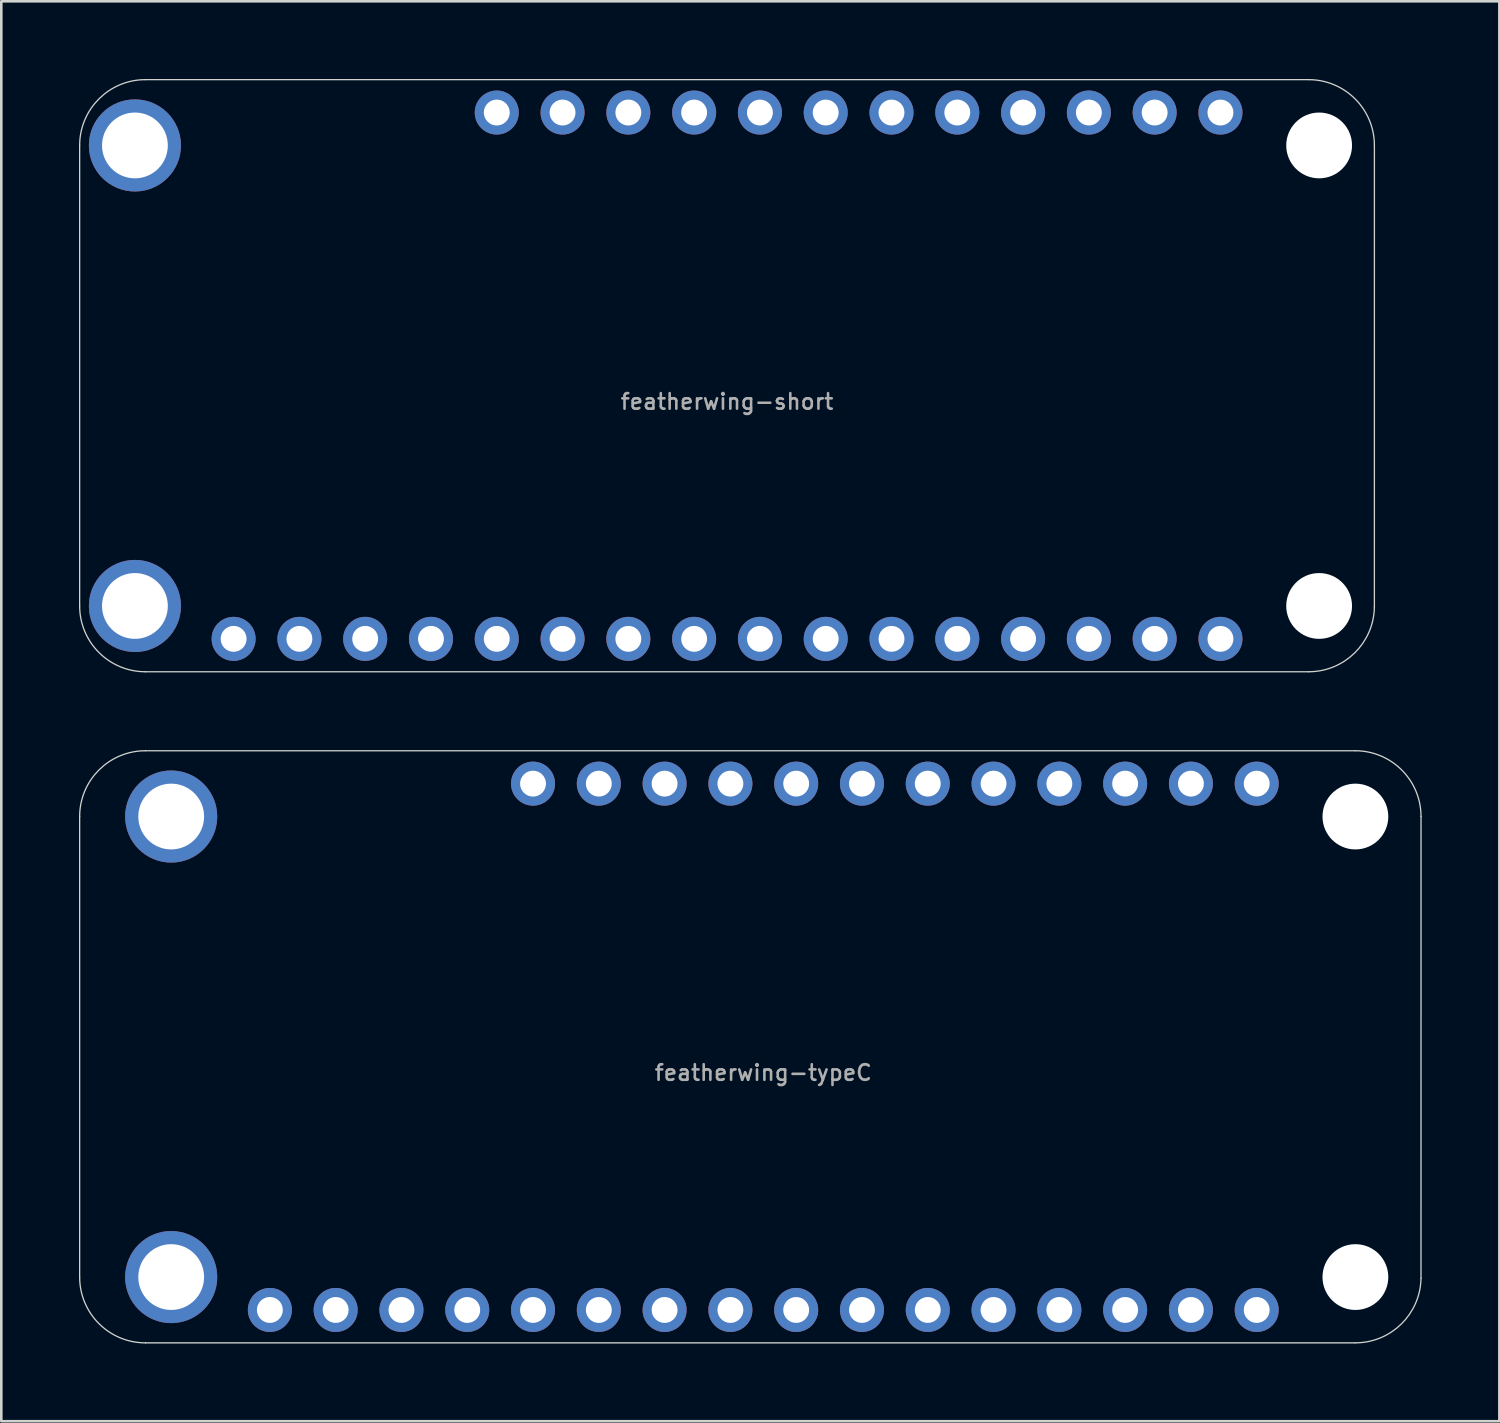
<source format=kicad_pcb>
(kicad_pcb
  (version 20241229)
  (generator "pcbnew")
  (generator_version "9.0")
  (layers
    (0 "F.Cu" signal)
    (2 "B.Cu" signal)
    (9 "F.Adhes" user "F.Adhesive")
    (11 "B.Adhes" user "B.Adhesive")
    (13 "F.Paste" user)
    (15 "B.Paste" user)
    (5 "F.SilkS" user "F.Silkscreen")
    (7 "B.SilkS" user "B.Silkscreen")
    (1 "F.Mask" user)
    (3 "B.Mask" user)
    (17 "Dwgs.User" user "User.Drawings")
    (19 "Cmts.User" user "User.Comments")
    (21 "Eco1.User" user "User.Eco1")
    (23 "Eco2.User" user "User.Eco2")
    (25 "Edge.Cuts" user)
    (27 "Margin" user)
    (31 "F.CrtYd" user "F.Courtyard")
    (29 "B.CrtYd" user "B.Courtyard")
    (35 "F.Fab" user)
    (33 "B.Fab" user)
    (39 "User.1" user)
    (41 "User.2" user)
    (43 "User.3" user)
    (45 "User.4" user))
  (footprint "featherwing-short"
    (layer "F.Cu")
    (at 25.019 11.455)
    (property "Reference" "featherwing-short" (at 0 1 0) (layer "F.Fab") (effects (font (size 0.6 0.6) (thickness 0.1))))
    (attr through_hole)
    (fp_line (start -24.994 -8.89) (end -24.994 8.89) (stroke (width 0.05) (type solid)) (layer "Edge.Cuts"))
    (fp_line (start -22.454 11.43) (end 22.454 11.43) (stroke (width 0.05) (type solid)) (layer "Edge.Cuts"))
    (fp_line (start 22.454 -11.43) (end -22.454 -11.43) (stroke (width 0.05) (type solid)) (layer "Edge.Cuts"))
    (fp_line (start 24.993 8.939) (end 24.994 -8.89) (stroke (width 0.05) (type solid)) (layer "Edge.Cuts"))
    (fp_arc (start -24.9936 -8.89) (mid -24.249651 -10.686051) (end -22.4536 -11.43) (stroke (width 0.05) (type solid)) (layer "Edge.Cuts"))
    (fp_arc (start -22.4536 11.43) (mid -24.249651 10.686051) (end -24.9936 8.89) (stroke (width 0.05) (type solid)) (layer "Edge.Cuts"))
    (fp_arc (start 22.4536 -11.43) (mid 24.249651 -10.686051) (end 24.9936 -8.89) (stroke (width 0.05) (type solid)) (layer "Edge.Cuts"))
    (fp_arc (start 24.993132 8.938762) (mid 24.232328 10.703209) (end 22.4536 11.43) (stroke (width 0.05) (type solid)) (layer "Edge.Cuts"))
    (fp_text user "${REFERENCE}" (at 17.78 8.89 180) (layer "Eco1.User") (effects (font (size 0.3 0.3) (thickness 0.03))))
    (pad "" np_thru_hole circle (at -22.86 -8.89) (size 3.556 3.556) (drill 2.54) (layers "*.Cu" "*.Mask"))
    (pad "" np_thru_hole circle (at -22.86 8.89) (size 3.556 3.556) (drill 2.54) (layers "*.Cu" "*.Mask"))
    (pad "" np_thru_hole circle (at 22.86 -8.89) (size 2.54 2.54) (drill 2.54) (layers "*.Cu" "*.Mask"))
    (pad "" np_thru_hole circle (at 22.86 8.89) (size 2.54 2.54) (drill 2.54) (layers "*.Cu" "*.Mask"))
    (pad "1" thru_hole circle (at -19.05 10.16) (size 1.7 1.7) (drill 1) (layers "*.Cu" "*.Mask"))
    (pad "2" thru_hole circle (at -16.51 10.16) (size 1.7 1.7) (drill 1) (layers "*.Cu" "*.Mask"))
    (pad "3" thru_hole circle (at -13.97 10.16) (size 1.7 1.7) (drill 1) (layers "*.Cu" "*.Mask"))
    (pad "4" thru_hole circle (at -11.43 10.16) (size 1.7 1.7) (drill 1) (layers "*.Cu" "*.Mask"))
    (pad "5" thru_hole circle (at -8.89 10.16) (size 1.7 1.7) (drill 1) (layers "*.Cu" "*.Mask"))
    (pad "6" thru_hole circle (at -6.35 10.16) (size 1.7 1.7) (drill 1) (layers "*.Cu" "*.Mask"))
    (pad "7" thru_hole circle (at -3.81 10.16) (size 1.7 1.7) (drill 1) (layers "*.Cu" "*.Mask"))
    (pad "8" thru_hole circle (at -1.27 10.16) (size 1.7 1.7) (drill 1) (layers "*.Cu" "*.Mask"))
    (pad "9" thru_hole circle (at 1.27 10.16) (size 1.7 1.7) (drill 1) (layers "*.Cu" "*.Mask"))
    (pad "10" thru_hole circle (at 3.81 10.16) (size 1.7 1.7) (drill 1) (layers "*.Cu" "*.Mask"))
    (pad "11" thru_hole circle (at 6.35 10.16) (size 1.7 1.7) (drill 1) (layers "*.Cu" "*.Mask"))
    (pad "12" thru_hole circle (at 8.89 10.16) (size 1.7 1.7) (drill 1) (layers "*.Cu" "*.Mask"))
    (pad "13" thru_hole circle (at 11.43 10.16) (size 1.7 1.7) (drill 1) (layers "*.Cu" "*.Mask"))
    (pad "14" thru_hole circle (at 13.97 10.16) (size 1.7 1.7) (drill 1) (layers "*.Cu" "*.Mask"))
    (pad "15" thru_hole circle (at 16.51 10.16) (size 1.7 1.7) (drill 1) (layers "*.Cu" "*.Mask"))
    (pad "16" thru_hole circle (at 19.05 10.16) (size 1.7 1.7) (drill 1) (layers "*.Cu" "*.Mask"))
    (pad "17" thru_hole circle (at 19.05 -10.16) (size 1.7 1.7) (drill 1) (layers "*.Cu" "*.Mask"))
    (pad "18" thru_hole circle (at 16.51 -10.16) (size 1.7 1.7) (drill 1) (layers "*.Cu" "*.Mask"))
    (pad "19" thru_hole circle (at 13.97 -10.16) (size 1.7 1.7) (drill 1) (layers "*.Cu" "*.Mask"))
    (pad "20" thru_hole circle (at 11.43 -10.16) (size 1.7 1.7) (drill 1) (layers "*.Cu" "*.Mask"))
    (pad "21" thru_hole circle (at 8.89 -10.16) (size 1.7 1.7) (drill 1) (layers "*.Cu" "*.Mask"))
    (pad "22" thru_hole circle (at 6.35 -10.16) (size 1.7 1.7) (drill 1) (layers "*.Cu" "*.Mask"))
    (pad "23" thru_hole circle (at 3.81 -10.16) (size 1.7 1.7) (drill 1) (layers "*.Cu" "*.Mask"))
    (pad "24" thru_hole circle (at 1.27 -10.16) (size 1.7 1.7) (drill 1) (layers "*.Cu" "*.Mask"))
    (pad "25" thru_hole circle (at -1.27 -10.16) (size 1.7 1.7) (drill 1) (layers "*.Cu" "*.Mask"))
    (pad "26" thru_hole circle (at -3.81 -10.16) (size 1.7 1.7) (drill 1) (layers "*.Cu" "*.Mask"))
    (pad "27" thru_hole circle (at -6.35 -10.16) (size 1.7 1.7) (drill 1) (layers "*.Cu" "*.Mask"))
    (pad "28" thru_hole circle (at -8.89 -10.16) (size 1.7 1.7) (drill 1) (layers "*.Cu" "*.Mask")))
  (footprint "featherwing-typeC"
    (layer "F.Cu")
    (at 26.419 37.365)
    (property "Reference" "featherwing-typeC" (at 0 1 0) (layer "F.Fab") (effects (font (size 0.6 0.6) (thickness 0.1))))
    (attr through_hole)
    (fp_line (start -26.394 -8.89) (end -26.394 8.89) (stroke (width 0.05) (type solid)) (layer "Edge.Cuts"))
    (fp_line (start -23.854 11.43) (end 22.854 11.43) (stroke (width 0.05) (type solid)) (layer "Edge.Cuts"))
    (fp_line (start 22.854 -11.43) (end -23.854 -11.43) (stroke (width 0.05) (type solid)) (layer "Edge.Cuts"))
    (fp_line (start 25.393 8.939) (end 25.394 -8.89) (stroke (width 0.05) (type solid)) (layer "Edge.Cuts"))
    (fp_arc (start -26.3936 -8.89) (mid -25.649651 -10.686051) (end -23.8536 -11.43) (stroke (width 0.05) (type solid)) (layer "Edge.Cuts"))
    (fp_arc (start -23.8536 11.43) (mid -25.649651 10.686051) (end -26.3936 8.89) (stroke (width 0.05) (type solid)) (layer "Edge.Cuts"))
    (fp_arc (start 22.8536 -11.43) (mid 24.649651 -10.686051) (end 25.3936 -8.89) (stroke (width 0.05) (type solid)) (layer "Edge.Cuts"))
    (fp_arc (start 25.393132 8.938762) (mid 24.632328 10.703209) (end 22.8536 11.43) (stroke (width 0.05) (type solid)) (layer "Edge.Cuts"))
    (fp_text user "${REFERENCE}" (at 17.78 8.89 180) (layer "Eco1.User") (effects (font (size 0.3 0.3) (thickness 0.03))))
    (pad "" np_thru_hole circle (at 22.86 -8.89) (size 2.54 2.54) (drill 2.54) (layers "*.Cu" "*.Mask"))
    (pad "" np_thru_hole circle (at 22.86 8.89) (size 2.54 2.54) (drill 2.54) (layers "*.Cu" "*.Mask"))
    (pad "1" thru_hole circle (at -19.05 10.16) (size 1.7 1.7) (drill 1) (layers "*.Cu" "*.Mask"))
    (pad "2" thru_hole circle (at -16.51 10.16) (size 1.7 1.7) (drill 1) (layers "*.Cu" "*.Mask"))
    (pad "3" thru_hole circle (at -13.97 10.16) (size 1.7 1.7) (drill 1) (layers "*.Cu" "*.Mask"))
    (pad "4" thru_hole circle (at -11.43 10.16) (size 1.7 1.7) (drill 1) (layers "*.Cu" "*.Mask"))
    (pad "5" thru_hole circle (at -8.89 10.16) (size 1.7 1.7) (drill 1) (layers "*.Cu" "*.Mask"))
    (pad "6" thru_hole circle (at -6.35 10.16) (size 1.7 1.7) (drill 1) (layers "*.Cu" "*.Mask"))
    (pad "7" thru_hole circle (at -3.81 10.16) (size 1.7 1.7) (drill 1) (layers "*.Cu" "*.Mask"))
    (pad "8" thru_hole circle (at -1.27 10.16) (size 1.7 1.7) (drill 1) (layers "*.Cu" "*.Mask"))
    (pad "9" thru_hole circle (at 1.27 10.16) (size 1.7 1.7) (drill 1) (layers "*.Cu" "*.Mask"))
    (pad "10" thru_hole circle (at 3.81 10.16) (size 1.7 1.7) (drill 1) (layers "*.Cu" "*.Mask"))
    (pad "11" thru_hole circle (at 6.35 10.16) (size 1.7 1.7) (drill 1) (layers "*.Cu" "*.Mask"))
    (pad "12" thru_hole circle (at 8.89 10.16) (size 1.7 1.7) (drill 1) (layers "*.Cu" "*.Mask"))
    (pad "13" thru_hole circle (at 11.43 10.16) (size 1.7 1.7) (drill 1) (layers "*.Cu" "*.Mask"))
    (pad "14" thru_hole circle (at 13.97 10.16) (size 1.7 1.7) (drill 1) (layers "*.Cu" "*.Mask"))
    (pad "15" thru_hole circle (at 16.51 10.16) (size 1.7 1.7) (drill 1) (layers "*.Cu" "*.Mask"))
    (pad "16" thru_hole circle (at 19.05 10.16) (size 1.7 1.7) (drill 1) (layers "*.Cu" "*.Mask"))
    (pad "17" thru_hole circle (at 19.05 -10.16) (size 1.7 1.7) (drill 1) (layers "*.Cu" "*.Mask"))
    (pad "18" thru_hole circle (at 16.51 -10.16) (size 1.7 1.7) (drill 1) (layers "*.Cu" "*.Mask"))
    (pad "19" thru_hole circle (at 13.97 -10.16) (size 1.7 1.7) (drill 1) (layers "*.Cu" "*.Mask"))
    (pad "20" thru_hole circle (at 11.43 -10.16) (size 1.7 1.7) (drill 1) (layers "*.Cu" "*.Mask"))
    (pad "21" thru_hole circle (at 8.89 -10.16) (size 1.7 1.7) (drill 1) (layers "*.Cu" "*.Mask"))
    (pad "22" thru_hole circle (at 6.35 -10.16) (size 1.7 1.7) (drill 1) (layers "*.Cu" "*.Mask"))
    (pad "23" thru_hole circle (at 3.81 -10.16) (size 1.7 1.7) (drill 1) (layers "*.Cu" "*.Mask"))
    (pad "24" thru_hole circle (at 1.27 -10.16) (size 1.7 1.7) (drill 1) (layers "*.Cu" "*.Mask"))
    (pad "25" thru_hole circle (at -1.27 -10.16) (size 1.7 1.7) (drill 1) (layers "*.Cu" "*.Mask"))
    (pad "26" thru_hole circle (at -3.81 -10.16) (size 1.7 1.7) (drill 1) (layers "*.Cu" "*.Mask"))
    (pad "27" thru_hole circle (at -6.35 -10.16) (size 1.7 1.7) (drill 1) (layers "*.Cu" "*.Mask"))
    (pad "28" thru_hole circle (at -8.89 -10.16) (size 1.7 1.7) (drill 1) (layers "*.Cu" "*.Mask"))
    (pad "GND" thru_hole circle (at -22.86 -8.89) (size 3.556 3.556) (drill 2.54) (layers "*.Cu" "*.Mask"))
    (pad "GND" thru_hole circle (at -22.86 8.89) (size 3.556 3.556) (drill 2.54) (layers "*.Cu" "*.Mask")))
  (gr_rect
    (start -3 -3)
    (end 54.837 51.82)
    (stroke (width 0.1) (type default))
    (fill no)
    (layer "Edge.Cuts")))
</source>
